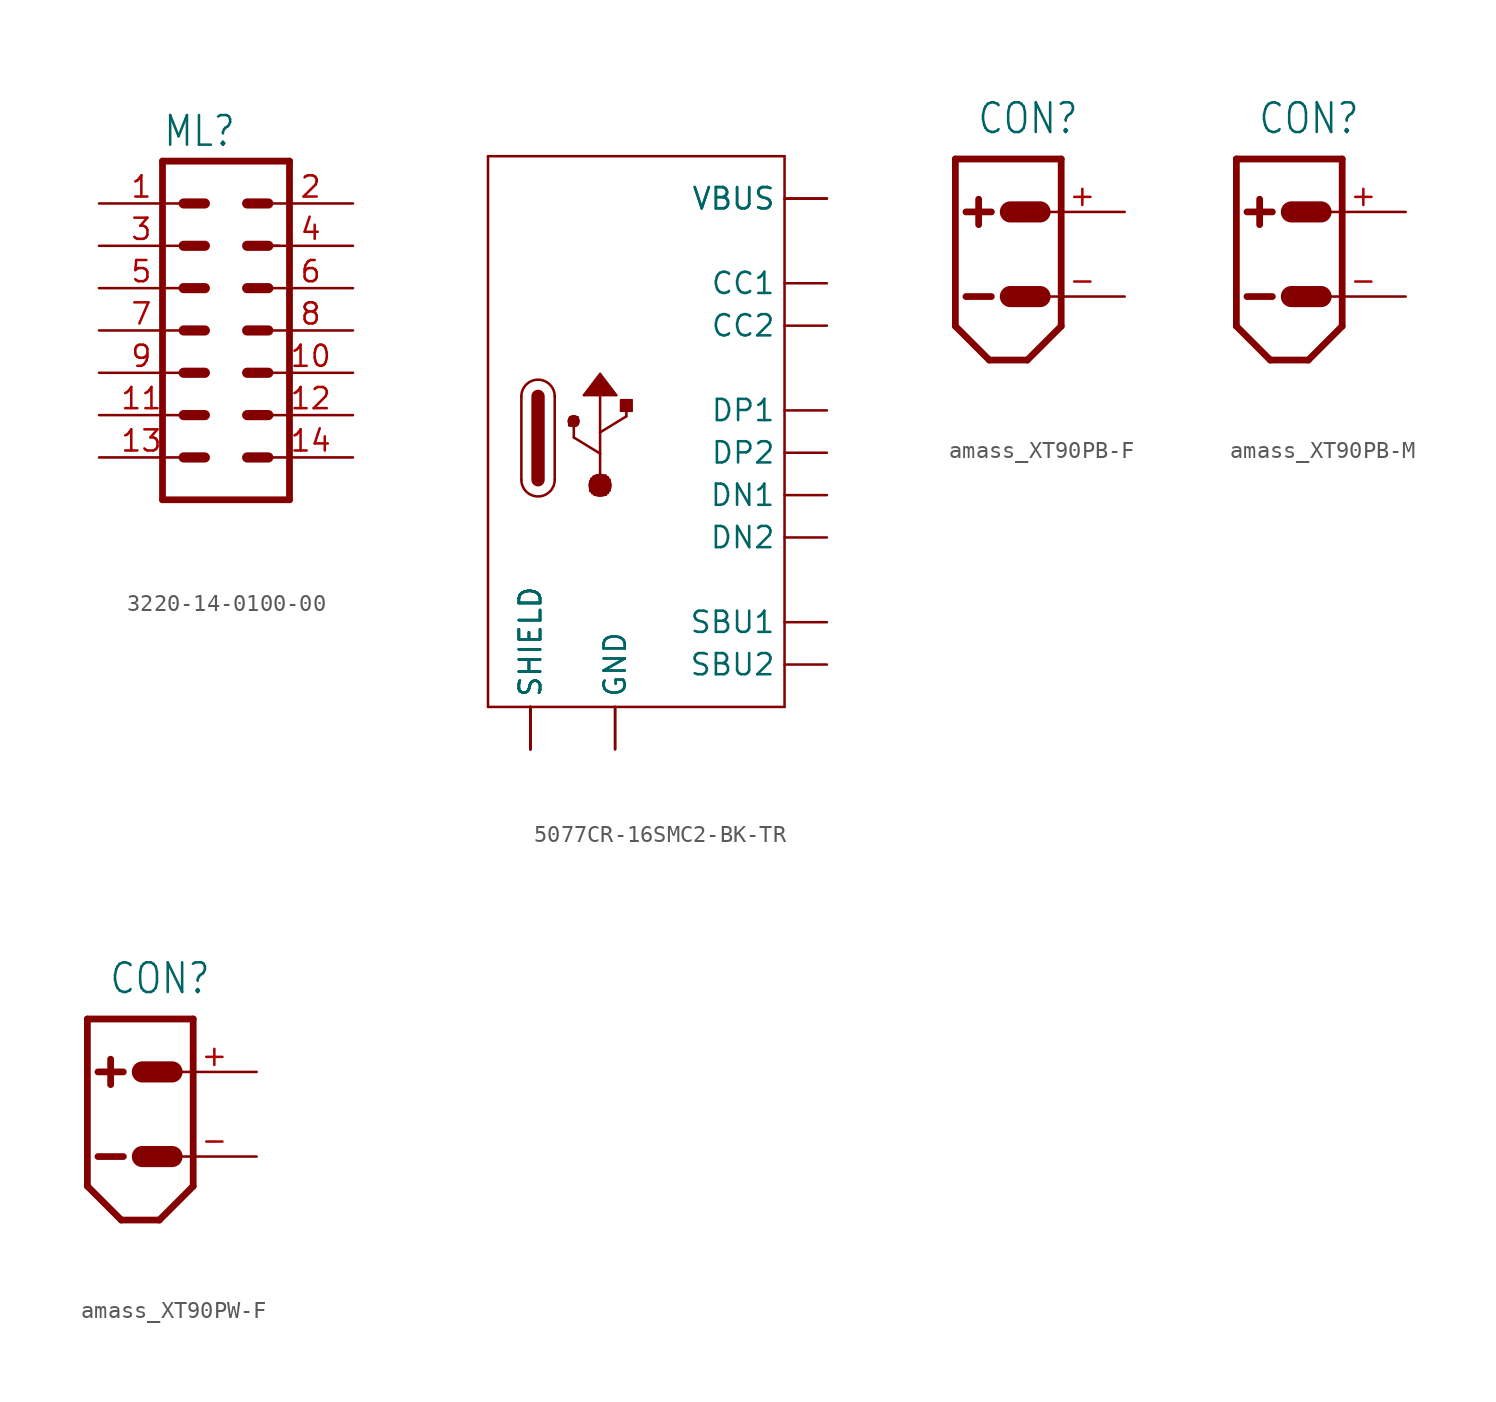
<source format=kicad_sym>
(kicad_symbol_lib
  (version 20220914)
  (generator kicad_symbol_editor)
  (symbol "3220-14-0100-00"
    (property "Reference" "ML"
      (at -3.81 10.922 0)
      (effects (font (size 1.778 1.511)) (justify left bottom)))
    (property "Value" ""
      (at -3.81 -12.7 0)
      (effects (font (size 1.778 1.511)) (justify left bottom)))
    (property "ki_locked" ""
      (at 0 0 0)
      (effects (font (size 1.27 1.27))))
    (symbol "3220-14-0100-00_1_0"
      (polyline (pts (xy -3.81 10.16) (xy -3.81 -10.16)) (stroke (width 0.406) (type solid)) (fill (type none)))
      (polyline (pts (xy -3.81 10.16) (xy 3.81 10.16)) (stroke (width 0.406) (type solid)) (fill (type none)))
      (polyline (pts (xy -2.54 -7.62) (xy -1.27 -7.62)) (stroke (width 0.61) (type solid)) (fill (type none)))
      (polyline (pts (xy -2.54 -5.08) (xy -1.27 -5.08)) (stroke (width 0.61) (type solid)) (fill (type none)))
      (polyline (pts (xy -2.54 -2.54) (xy -1.27 -2.54)) (stroke (width 0.61) (type solid)) (fill (type none)))
      (polyline (pts (xy -2.54 0) (xy -1.27 0)) (stroke (width 0.61) (type solid)) (fill (type none)))
      (polyline (pts (xy -2.54 2.54) (xy -1.27 2.54)) (stroke (width 0.61) (type solid)) (fill (type none)))
      (polyline (pts (xy -2.54 5.08) (xy -1.27 5.08)) (stroke (width 0.61) (type solid)) (fill (type none)))
      (polyline (pts (xy -2.54 7.62) (xy -1.27 7.62)) (stroke (width 0.61) (type solid)) (fill (type none)))
      (polyline (pts (xy 1.27 -7.62) (xy 2.54 -7.62)) (stroke (width 0.61) (type solid)) (fill (type none)))
      (polyline (pts (xy 1.27 -5.08) (xy 2.54 -5.08)) (stroke (width 0.61) (type solid)) (fill (type none)))
      (polyline (pts (xy 1.27 -2.54) (xy 2.54 -2.54)) (stroke (width 0.61) (type solid)) (fill (type none)))
      (polyline (pts (xy 1.27 0) (xy 2.54 0)) (stroke (width 0.61) (type solid)) (fill (type none)))
      (polyline (pts (xy 1.27 2.54) (xy 2.54 2.54)) (stroke (width 0.61) (type solid)) (fill (type none)))
      (polyline (pts (xy 1.27 5.08) (xy 2.54 5.08)) (stroke (width 0.61) (type solid)) (fill (type none)))
      (polyline (pts (xy 1.27 7.62) (xy 2.54 7.62)) (stroke (width 0.61) (type solid)) (fill (type none)))
      (polyline (pts (xy 2.54 5.08) (xy 3.175 5.08)) (stroke (width 0.152) (type solid)) (fill (type none)))
      (polyline (pts (xy 3.81 -10.16) (xy -3.81 -10.16)) (stroke (width 0.406) (type solid)) (fill (type none)))
      (polyline (pts (xy 3.81 -10.16) (xy 3.81 10.16)) (stroke (width 0.406) (type solid)) (fill (type none)))
      (pin passive line (at -7.62 7.62 0) (length 5.08) (name "1" (effects (font (size 0 0)))) (number "1" (effects (font (size 1.27 1.27)))))
      (pin passive line (at 7.62 -2.54 180) (length 5.08) (name "10" (effects (font (size 0 0)))) (number "10" (effects (font (size 1.27 1.27)))))
      (pin passive line (at -7.62 -5.08 0) (length 5.08) (name "11" (effects (font (size 0 0)))) (number "11" (effects (font (size 1.27 1.27)))))
      (pin passive line (at 7.62 -5.08 180) (length 5.08) (name "12" (effects (font (size 0 0)))) (number "12" (effects (font (size 1.27 1.27)))))
      (pin passive line (at -7.62 -7.62 0) (length 5.08) (name "13" (effects (font (size 0 0)))) (number "13" (effects (font (size 1.27 1.27)))))
      (pin passive line (at 7.62 -7.62 180) (length 5.08) (name "14" (effects (font (size 0 0)))) (number "14" (effects (font (size 1.27 1.27)))))
      (pin passive line (at 7.62 7.62 180) (length 5.08) (name "2" (effects (font (size 0 0)))) (number "2" (effects (font (size 1.27 1.27)))))
      (pin passive line (at -7.62 5.08 0) (length 5.08) (name "3" (effects (font (size 0 0)))) (number "3" (effects (font (size 1.27 1.27)))))
      (pin passive line (at 7.62 5.08 180) (length 5.08) (name "4" (effects (font (size 0 0)))) (number "4" (effects (font (size 1.27 1.27)))))
      (pin passive line (at -7.62 2.54 0) (length 5.08) (name "5" (effects (font (size 0 0)))) (number "5" (effects (font (size 1.27 1.27)))))
      (pin passive line (at 7.62 2.54 180) (length 5.08) (name "6" (effects (font (size 0 0)))) (number "6" (effects (font (size 1.27 1.27)))))
      (pin passive line (at -7.62 0 0) (length 5.08) (name "7" (effects (font (size 0 0)))) (number "7" (effects (font (size 1.27 1.27)))))
      (pin passive line (at 7.62 0 180) (length 5.08) (name "8" (effects (font (size 0 0)))) (number "8" (effects (font (size 1.27 1.27)))))
      (pin passive line (at -7.62 -2.54 0) (length 5.08) (name "9" (effects (font (size 0 0)))) (number "9" (effects (font (size 1.27 1.27)))))))
  (symbol "5077CR-16SMC2-BK-TR"
    (property "Reference" "USB"
      (at 0 0 0)
      (effects (font (size 1.27 1.27)) hide))
    (property "Value" ""
      (at 3.21 34.03 0)
      (effects (font (size 2 1.7)) (justify left bottom)))
    (property "ki_locked" ""
      (at 0 0 0)
      (effects (font (size 1.27 1.27))))
    (symbol "5077CR-16SMC2-BK-TR_1_0"
      (polyline (pts (xy 0 0) (xy 0 33.02)) (stroke (width 0.152) (type solid)) (fill (type none)))
      (polyline (pts (xy 0 33.02) (xy 17.78 33.02)) (stroke (width 0.152) (type solid)) (fill (type none)))
      (polyline (pts (xy 2 18.62) (xy 2 13.62)) (stroke (width 0.152) (type solid)) (fill (type none)))
      (polyline (pts (xy 3 18.62) (xy 3 13.62)) (stroke (width 0.8) (type solid)) (fill (type none)))
      (polyline (pts (xy 4 18.62) (xy 4 13.62)) (stroke (width 0.152) (type solid)) (fill (type none)))
      (polyline (pts (xy 5.145 16.155) (xy 6.72 15.19)) (stroke (width 0.152) (type solid)) (fill (type none)))
      (polyline (pts (xy 5.145 16.765) (xy 5.145 16.155)) (stroke (width 0.152) (type solid)) (fill (type none)))
      (polyline (pts (xy 5.755 18.695) (xy 6.72 19.965)) (stroke (width 0.152) (type solid)) (fill (type none)))
      (polyline (pts (xy 5.755 18.695) (xy 7.685 18.695)) (stroke (width 0.152) (type solid)) (fill (type none)))
      (polyline (pts (xy 6.72 13.285) (xy 6.72 15.19)) (stroke (width 0.152) (type solid)) (fill (type none)))
      (polyline (pts (xy 6.72 15.19) (xy 6.72 16.46)) (stroke (width 0.152) (type solid)) (fill (type none)))
      (polyline (pts (xy 6.72 16.46) (xy 6.72 18.695)) (stroke (width 0.152) (type solid)) (fill (type none)))
      (polyline (pts (xy 7.685 18.695) (xy 6.72 19.965)) (stroke (width 0.152) (type solid)) (fill (type none)))
      (polyline (pts (xy 7.977 17.754) (xy 7.977 18.389)) (stroke (width 0.152) (type solid)) (fill (type none)))
      (polyline (pts (xy 7.977 18.389) (xy 8.612 18.389)) (stroke (width 0.152) (type solid)) (fill (type none)))
      (polyline (pts (xy 8.295 17.425) (xy 6.72 16.46)) (stroke (width 0.152) (type solid)) (fill (type none)))
      (polyline (pts (xy 8.295 17.73) (xy 8.295 17.425)) (stroke (width 0.152) (type solid)) (fill (type none)))
      (polyline (pts (xy 8.612 17.754) (xy 7.977 17.754)) (stroke (width 0.152) (type solid)) (fill (type none)))
      (polyline (pts (xy 8.612 18.389) (xy 8.612 17.754)) (stroke (width 0.152) (type solid)) (fill (type none)))
      (polyline (pts (xy 17.78 0) (xy 0 0)) (stroke (width 0.152) (type solid)) (fill (type none)))
      (polyline (pts (xy 17.78 33.02) (xy 17.78 0)) (stroke (width 0.152) (type solid)) (fill (type none)))
      (polyline (pts (xy 6.72 19.953) (xy 5.768 18.683) (xy 7.673 18.683)) (stroke (width 0.025) (type solid)) (fill (type outline)))
      (arc (start 2 13.62) (mid 3 12.62) (end 4 13.62) (stroke (width 0.1524) (type solid)) (fill (type none)))
      (arc (start 4 18.62) (mid 3 19.62) (end 2 18.62) (stroke (width 0.1524) (type solid)) (fill (type none)))
      (arc (start 4.832 17.1288) (mid 5.1368 16.824) (end 5.4416 17.1288) (stroke (width 0.127) (type solid)) (fill (type none)))
      (rectangle (start 4.87 16.87) (end 5.29 17.26) (stroke (width 0) (type default)) (fill (type outline)))
      (rectangle (start 4.92 16.94) (end 5.38 17.37) (stroke (width 0) (type default)) (fill (type outline)))
      (rectangle (start 5.04 17.31) (end 5.23 17.4) (stroke (width 0) (type default)) (fill (type outline)))
      (arc (start 5.4416 17.1542) (mid 5.1241 17.4463) (end 4.832 17.1288) (stroke (width 0.127) (type solid)) (fill (type none)))
      (arc (start 6.085 13.285) (mid 6.72 12.65) (end 7.355 13.285) (stroke (width 0.127) (type solid)) (fill (type none)))
      (rectangle (start 6.13 12.94) (end 6.93 13.54) (stroke (width 0) (type default)) (fill (type outline)))
      (rectangle (start 6.2 13.53) (end 6.67 13.69) (stroke (width 0) (type default)) (fill (type outline)))
      (rectangle (start 6.24 12.82) (end 7.02 13.01) (stroke (width 0) (type default)) (fill (type outline)))
      (rectangle (start 6.32 13.67) (end 6.67 13.81) (stroke (width 0) (type default)) (fill (type outline)))
      (rectangle (start 6.38 12.72) (end 7.07 12.87) (stroke (width 0) (type default)) (fill (type outline)))
      (rectangle (start 6.46 13.75) (end 6.74 13.87) (stroke (width 0) (type default)) (fill (type outline)))
      (rectangle (start 6.76 12.8) (end 7.07 13.87) (stroke (width 0) (type default)) (fill (type outline)))
      (rectangle (start 7.04 12.83) (end 7.19 13.77) (stroke (width 0) (type default)) (fill (type outline)))
      (rectangle (start 7.18 12.97) (end 7.29 13.63) (stroke (width 0) (type default)) (fill (type outline)))
      (arc (start 7.355 13.285) (mid 6.72 13.92) (end 6.085 13.285) (stroke (width 0.127) (type solid)) (fill (type none)))
      (rectangle (start 8.02 17.8) (end 8.57 18.33) (stroke (width 0) (type default)) (fill (type outline)))
      (pin bidirectional line (at 20.32 25.4 180) (length 2.54) (name "CC1" (effects (font (size 1.27 1.27)))) (number "CC1" (effects (font (size 0 0)))))
      (pin bidirectional line (at 20.32 22.86 180) (length 2.54) (name "CC2" (effects (font (size 1.27 1.27)))) (number "CC2" (effects (font (size 0 0)))))
      (pin bidirectional line (at 20.32 12.7 180) (length 2.54) (name "DN1" (effects (font (size 1.27 1.27)))) (number "DN1" (effects (font (size 0 0)))))
      (pin bidirectional line (at 20.32 10.16 180) (length 2.54) (name "DN2" (effects (font (size 1.27 1.27)))) (number "DN2" (effects (font (size 0 0)))))
      (pin bidirectional line (at 20.32 17.78 180) (length 2.54) (name "DP1" (effects (font (size 1.27 1.27)))) (number "DP1" (effects (font (size 0 0)))))
      (pin bidirectional line (at 20.32 15.24 180) (length 2.54) (name "DP2" (effects (font (size 1.27 1.27)))) (number "DP2" (effects (font (size 0 0)))))
      (pin bidirectional line (at 7.62 -2.54 90) (length 2.54) (name "GND" (effects (font (size 1.27 1.27)))) (number "GND1" (effects (font (size 0 0)))))
      (pin bidirectional line (at 7.62 -2.54 90) (length 2.54) (name "GND" (effects (font (size 1.27 1.27)))) (number "GND2" (effects (font (size 0 0)))))
      (pin bidirectional line (at 20.32 5.08 180) (length 2.54) (name "SBU1" (effects (font (size 1.27 1.27)))) (number "SBU1" (effects (font (size 0 0)))))
      (pin bidirectional line (at 20.32 2.54 180) (length 2.54) (name "SBU2" (effects (font (size 1.27 1.27)))) (number "SBU2" (effects (font (size 0 0)))))
      (pin bidirectional line (at 2.54 -2.54 90) (length 2.54) (name "SHIELD" (effects (font (size 1.27 1.27)))) (number "SHIELD1" (effects (font (size 0 0)))))
      (pin bidirectional line (at 2.54 -2.54 90) (length 2.54) (name "SHIELD" (effects (font (size 1.27 1.27)))) (number "SHIELD2" (effects (font (size 0 0)))))
      (pin bidirectional line (at 2.54 -2.54 90) (length 2.54) (name "SHIELD" (effects (font (size 1.27 1.27)))) (number "SHIELD3" (effects (font (size 0 0)))))
      (pin bidirectional line (at 2.54 -2.54 90) (length 2.54) (name "SHIELD" (effects (font (size 1.27 1.27)))) (number "SHIELD4" (effects (font (size 0 0)))))
      (pin bidirectional line (at 20.32 30.48 180) (length 2.54) (name "VBUS" (effects (font (size 1.27 1.27)))) (number "VBUS1" (effects (font (size 0 0)))))
      (pin bidirectional line (at 20.32 30.48 180) (length 2.54) (name "VBUS" (effects (font (size 1.27 1.27)))) (number "VBUS2" (effects (font (size 0 0)))))))
  (symbol "amass_XT90PB-F"
    (property "Reference" "CON"
      (at -3.81 7.112 0)
      (effects (font (size 1.778 1.511)) (justify left bottom)))
    (property "Value" ""
      (at -3.81 -8.89 0)
      (effects (font (size 1.778 1.511)) (justify left bottom)))
    (property "ki_locked" ""
      (at 0 0 0)
      (effects (font (size 1.27 1.27))))
    (symbol "amass_XT90PB-F_1_0"
      (polyline (pts (xy -5.08 -4.318) (xy -3.048 -6.35)) (stroke (width 0.406) (type solid)) (fill (type none)))
      (polyline (pts (xy -5.08 5.715) (xy -5.08 -4.318)) (stroke (width 0.406) (type solid)) (fill (type none)))
      (polyline (pts (xy -5.08 5.715) (xy 1.27 5.715)) (stroke (width 0.406) (type solid)) (fill (type none)))
      (polyline (pts (xy -4.445 -2.54) (xy -2.921 -2.54)) (stroke (width 0.406) (type solid)) (fill (type none)))
      (polyline (pts (xy -4.445 2.54) (xy -2.921 2.54)) (stroke (width 0.406) (type solid)) (fill (type none)))
      (polyline (pts (xy -3.683 3.302) (xy -3.683 1.778)) (stroke (width 0.406) (type solid)) (fill (type none)))
      (polyline (pts (xy -3.048 -6.35) (xy -0.762 -6.35)) (stroke (width 0.406) (type solid)) (fill (type none)))
      (polyline (pts (xy -0.762 -6.35) (xy 1.27 -4.318)) (stroke (width 0.406) (type solid)) (fill (type none)))
      (polyline (pts (xy 0 -2.54) (xy -1.778 -2.54)) (stroke (width 1.27) (type solid)) (fill (type none)))
      (polyline (pts (xy 0 2.54) (xy -1.778 2.54)) (stroke (width 1.27) (type solid)) (fill (type none)))
      (polyline (pts (xy 1.27 -4.318) (xy 1.27 5.715)) (stroke (width 0.406) (type solid)) (fill (type none)))
      (pin power_in line (at 5.08 2.54 180) (length 5.08) (name "+" (effects (font (size 0 0)))) (number "+" (effects (font (size 1.27 1.27)))))
      (pin power_in line (at 5.08 -2.54 180) (length 5.08) (name "-" (effects (font (size 0 0)))) (number "-" (effects (font (size 1.27 1.27)))))))
  (symbol "amass_XT90PB-M"
    (property "Reference" "CON"
      (at -3.81 7.112 0)
      (effects (font (size 1.778 1.511)) (justify left bottom)))
    (property "Value" ""
      (at -3.81 -8.89 0)
      (effects (font (size 1.778 1.511)) (justify left bottom)))
    (property "ki_locked" ""
      (at 0 0 0)
      (effects (font (size 1.27 1.27))))
    (symbol "amass_XT90PB-M_1_0"
      (polyline (pts (xy -5.08 -4.318) (xy -3.048 -6.35)) (stroke (width 0.406) (type solid)) (fill (type none)))
      (polyline (pts (xy -5.08 5.715) (xy -5.08 -4.318)) (stroke (width 0.406) (type solid)) (fill (type none)))
      (polyline (pts (xy -5.08 5.715) (xy 1.27 5.715)) (stroke (width 0.406) (type solid)) (fill (type none)))
      (polyline (pts (xy -4.445 -2.54) (xy -2.921 -2.54)) (stroke (width 0.406) (type solid)) (fill (type none)))
      (polyline (pts (xy -4.445 2.54) (xy -2.921 2.54)) (stroke (width 0.406) (type solid)) (fill (type none)))
      (polyline (pts (xy -3.683 3.302) (xy -3.683 1.778)) (stroke (width 0.406) (type solid)) (fill (type none)))
      (polyline (pts (xy -3.048 -6.35) (xy -0.762 -6.35)) (stroke (width 0.406) (type solid)) (fill (type none)))
      (polyline (pts (xy -0.762 -6.35) (xy 1.27 -4.318)) (stroke (width 0.406) (type solid)) (fill (type none)))
      (polyline (pts (xy 0 -2.54) (xy -1.778 -2.54)) (stroke (width 1.27) (type solid)) (fill (type none)))
      (polyline (pts (xy 0 2.54) (xy -1.778 2.54)) (stroke (width 1.27) (type solid)) (fill (type none)))
      (polyline (pts (xy 1.27 -4.318) (xy 1.27 5.715)) (stroke (width 0.406) (type solid)) (fill (type none)))
      (pin power_in line (at 5.08 2.54 180) (length 5.08) (name "+" (effects (font (size 0 0)))) (number "+" (effects (font (size 1.27 1.27)))))
      (pin power_in line (at 5.08 -2.54 180) (length 5.08) (name "-" (effects (font (size 0 0)))) (number "-" (effects (font (size 1.27 1.27)))))))
  (symbol "amass_XT90PW-F"
    (property "Reference" "CON"
      (at -3.81 7.112 0)
      (effects (font (size 1.778 1.511)) (justify left bottom)))
    (property "Value" ""
      (at -3.81 -8.89 0)
      (effects (font (size 1.778 1.511)) (justify left bottom)))
    (property "ki_locked" ""
      (at 0 0 0)
      (effects (font (size 1.27 1.27))))
    (symbol "amass_XT90PW-F_1_0"
      (polyline (pts (xy -5.08 -4.318) (xy -3.048 -6.35)) (stroke (width 0.406) (type solid)) (fill (type none)))
      (polyline (pts (xy -5.08 5.715) (xy -5.08 -4.318)) (stroke (width 0.406) (type solid)) (fill (type none)))
      (polyline (pts (xy -5.08 5.715) (xy 1.27 5.715)) (stroke (width 0.406) (type solid)) (fill (type none)))
      (polyline (pts (xy -4.445 -2.54) (xy -2.921 -2.54)) (stroke (width 0.406) (type solid)) (fill (type none)))
      (polyline (pts (xy -4.445 2.54) (xy -2.921 2.54)) (stroke (width 0.406) (type solid)) (fill (type none)))
      (polyline (pts (xy -3.683 3.302) (xy -3.683 1.778)) (stroke (width 0.406) (type solid)) (fill (type none)))
      (polyline (pts (xy -3.048 -6.35) (xy -0.762 -6.35)) (stroke (width 0.406) (type solid)) (fill (type none)))
      (polyline (pts (xy -0.762 -6.35) (xy 1.27 -4.318)) (stroke (width 0.406) (type solid)) (fill (type none)))
      (polyline (pts (xy 0 -2.54) (xy -1.778 -2.54)) (stroke (width 1.27) (type solid)) (fill (type none)))
      (polyline (pts (xy 0 2.54) (xy -1.778 2.54)) (stroke (width 1.27) (type solid)) (fill (type none)))
      (polyline (pts (xy 1.27 -4.318) (xy 1.27 5.715)) (stroke (width 0.406) (type solid)) (fill (type none)))
      (pin power_in line (at 5.08 2.54 180) (length 5.08) (name "+" (effects (font (size 0 0)))) (number "+" (effects (font (size 1.27 1.27)))))
      (pin power_in line (at 5.08 -2.54 180) (length 5.08) (name "-" (effects (font (size 0 0)))) (number "-" (effects (font (size 1.27 1.27))))))))
</source>
